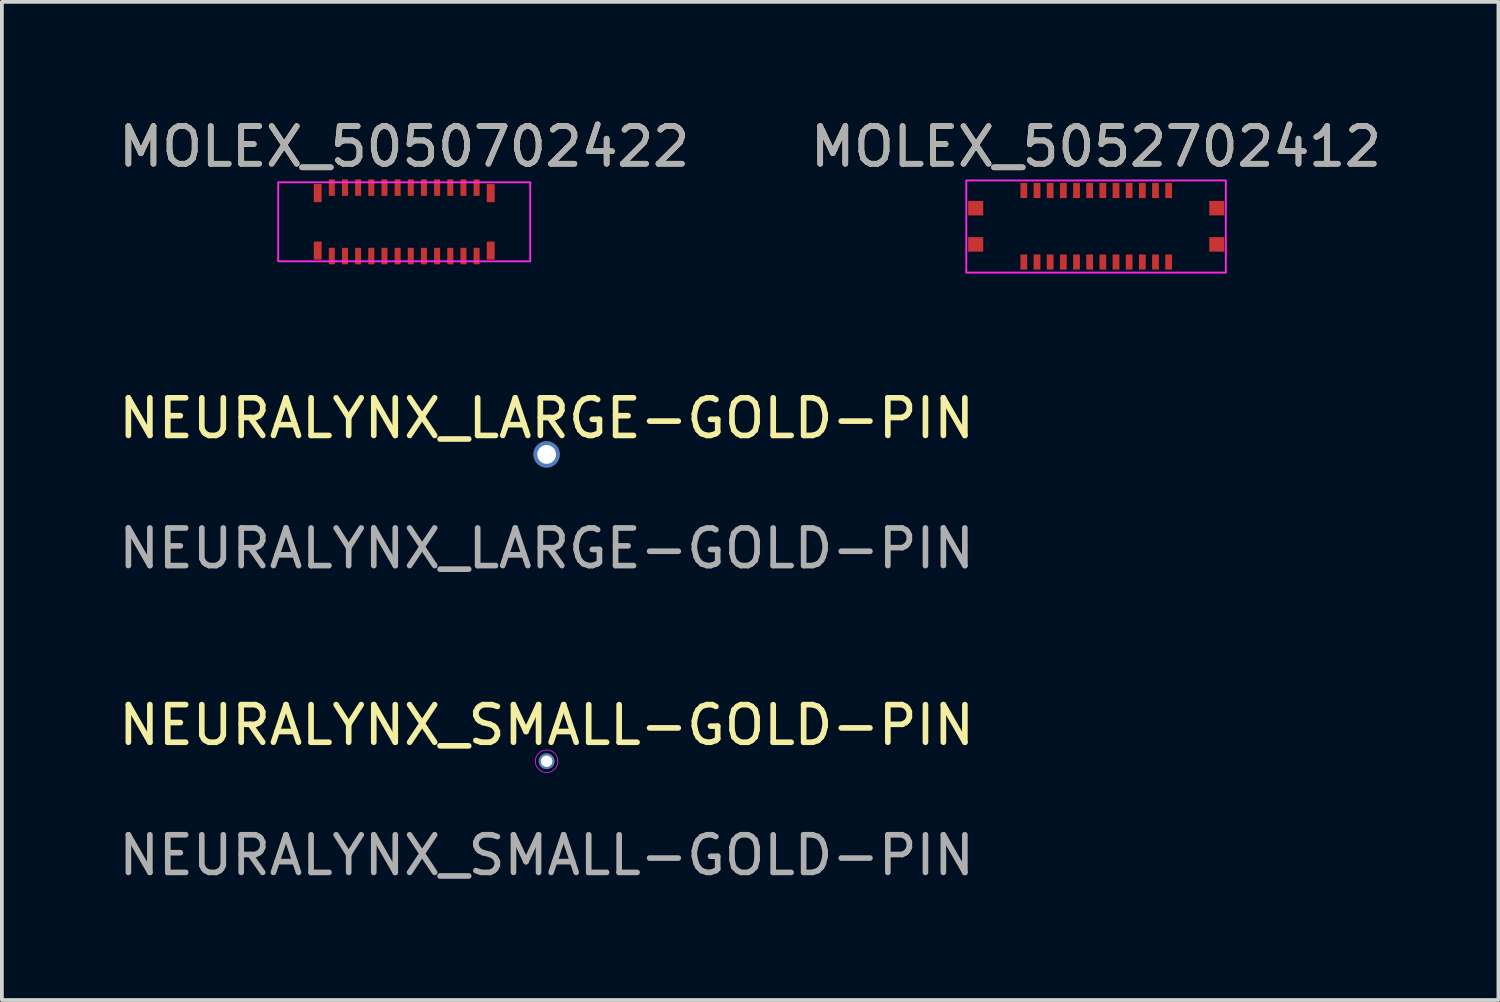
<source format=kicad_pcb>
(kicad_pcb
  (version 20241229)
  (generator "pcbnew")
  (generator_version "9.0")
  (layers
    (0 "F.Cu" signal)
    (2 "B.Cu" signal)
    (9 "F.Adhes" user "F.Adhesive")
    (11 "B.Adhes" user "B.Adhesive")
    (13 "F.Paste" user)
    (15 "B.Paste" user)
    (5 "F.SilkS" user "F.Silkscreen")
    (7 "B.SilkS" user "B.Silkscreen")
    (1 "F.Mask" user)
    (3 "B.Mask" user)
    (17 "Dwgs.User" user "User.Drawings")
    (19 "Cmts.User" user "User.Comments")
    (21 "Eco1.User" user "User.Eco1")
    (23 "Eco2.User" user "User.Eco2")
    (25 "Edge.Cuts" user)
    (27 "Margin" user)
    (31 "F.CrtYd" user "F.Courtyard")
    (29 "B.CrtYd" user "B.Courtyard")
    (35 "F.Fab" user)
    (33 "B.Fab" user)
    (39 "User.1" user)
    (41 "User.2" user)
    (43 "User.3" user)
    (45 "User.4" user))
  (footprint "MOLEX_5052702412"
    (layer "F.Cu")
    (at 26.094 2.966)
    (property "Reference" "MOLEX_5052702412" (at -0.005 -2.118 0) (unlocked yes) (layer "F.SilkS") (effects (font (size 1 1) (thickness 0.15))))
    (attr smd)
    (fp_rect (start -3.385 -0.657) (end -3.025 -0.307) (stroke (width 0) (type solid)) (fill yes) (layer "F.Mask"))
    (fp_rect (start -3.385 0.312) (end -3.025 0.652) (stroke (width 0) (type solid)) (fill yes) (layer "F.Mask"))
    (fp_rect (start -2.005 -1.13) (end -1.845 -0.77) (stroke (width 0) (type solid)) (fill yes) (layer "F.Mask"))
    (fp_rect (start -2.005 0.77) (end -1.845 1.13) (stroke (width 0) (type solid)) (fill yes) (layer "F.Mask"))
    (fp_rect (start -1.655 -1.13) (end -1.495 -0.77) (stroke (width 0) (type solid)) (fill yes) (layer "F.Mask"))
    (fp_rect (start -1.655 0.77) (end -1.495 1.13) (stroke (width 0) (type solid)) (fill yes) (layer "F.Mask"))
    (fp_rect (start -1.305 -1.13) (end -1.145 -0.77) (stroke (width 0) (type solid)) (fill yes) (layer "F.Mask"))
    (fp_rect (start -1.305 0.77) (end -1.145 1.13) (stroke (width 0) (type solid)) (fill yes) (layer "F.Mask"))
    (fp_rect (start -0.955 -1.13) (end -0.795 -0.77) (stroke (width 0) (type solid)) (fill yes) (layer "F.Mask"))
    (fp_rect (start -0.955 0.77) (end -0.795 1.13) (stroke (width 0) (type solid)) (fill yes) (layer "F.Mask"))
    (fp_rect (start -0.605 -1.13) (end -0.445 -0.77) (stroke (width 0) (type solid)) (fill yes) (layer "F.Mask"))
    (fp_rect (start -0.605 0.77) (end -0.445 1.13) (stroke (width 0) (type solid)) (fill yes) (layer "F.Mask"))
    (fp_rect (start -0.255 -1.13) (end -0.095 -0.77) (stroke (width 0) (type solid)) (fill yes) (layer "F.Mask"))
    (fp_rect (start -0.255 0.77) (end -0.095 1.13) (stroke (width 0) (type solid)) (fill yes) (layer "F.Mask"))
    (fp_rect (start 0.095 -1.13) (end 0.255 -0.77) (stroke (width 0) (type solid)) (fill yes) (layer "F.Mask"))
    (fp_rect (start 0.095 0.77) (end 0.255 1.13) (stroke (width 0) (type solid)) (fill yes) (layer "F.Mask"))
    (fp_rect (start 0.445 -1.13) (end 0.605 -0.77) (stroke (width 0) (type solid)) (fill yes) (layer "F.Mask"))
    (fp_rect (start 0.445 0.77) (end 0.605 1.13) (stroke (width 0) (type solid)) (fill yes) (layer "F.Mask"))
    (fp_rect (start 0.795 -1.13) (end 0.955 -0.77) (stroke (width 0) (type solid)) (fill yes) (layer "F.Mask"))
    (fp_rect (start 0.795 0.77) (end 0.955 1.13) (stroke (width 0) (type solid)) (fill yes) (layer "F.Mask"))
    (fp_rect (start 1.145 -1.13) (end 1.305 -0.77) (stroke (width 0) (type solid)) (fill yes) (layer "F.Mask"))
    (fp_rect (start 1.145 0.77) (end 1.305 1.13) (stroke (width 0) (type solid)) (fill yes) (layer "F.Mask"))
    (fp_rect (start 1.495 -1.13) (end 1.655 -0.77) (stroke (width 0) (type solid)) (fill yes) (layer "F.Mask"))
    (fp_rect (start 1.495 0.77) (end 1.655 1.13) (stroke (width 0) (type solid)) (fill yes) (layer "F.Mask"))
    (fp_rect (start 1.845 -1.13) (end 2.005 -0.77) (stroke (width 0) (type solid)) (fill yes) (layer "F.Mask"))
    (fp_rect (start 1.845 0.77) (end 2.005 1.13) (stroke (width 0) (type solid)) (fill yes) (layer "F.Mask"))
    (fp_rect (start 3.025 -0.657) (end 3.385 -0.307) (stroke (width 0) (type solid)) (fill yes) (layer "F.Mask"))
    (fp_rect (start 3.025 0.312) (end 3.385 0.652) (stroke (width 0) (type solid)) (fill yes) (layer "F.Mask"))
    (fp_rect (start -3.455 1.232) (end 3.445 -1.218) (stroke (width 0.05) (type solid)) (fill no) (layer "F.CrtYd"))
    (fp_text user "${REFERENCE}" (at -0.005 -2.118 0) (unlocked yes) (layer "F.Fab") (effects (font (size 1 1) (thickness 0.15))))
    (pad "1" smd rect (at -1.925 0.95) (size 0.18 0.4) (layers "F.Cu" "F.Paste"))
    (pad "2" smd rect (at -1.925 -0.95) (size 0.18 0.4) (layers "F.Cu" "F.Paste"))
    (pad "3" smd rect (at -1.575 0.95) (size 0.18 0.4) (layers "F.Cu" "F.Paste"))
    (pad "4" smd rect (at -1.575 -0.95) (size 0.18 0.4) (layers "F.Cu" "F.Paste"))
    (pad "5" smd rect (at -1.225 0.95) (size 0.18 0.4) (layers "F.Cu" "F.Paste"))
    (pad "6" smd rect (at -1.225 -0.95) (size 0.18 0.4) (layers "F.Cu" "F.Paste"))
    (pad "7" smd rect (at -0.875 0.95) (size 0.18 0.4) (layers "F.Cu" "F.Paste"))
    (pad "8" smd rect (at -0.875 -0.95) (size 0.18 0.4) (layers "F.Cu" "F.Paste"))
    (pad "9" smd rect (at -0.525 0.95) (size 0.18 0.4) (layers "F.Cu" "F.Paste"))
    (pad "10" smd rect (at -0.525 -0.95) (size 0.18 0.4) (layers "F.Cu" "F.Paste"))
    (pad "11" smd rect (at -0.175 0.95) (size 0.18 0.4) (layers "F.Cu" "F.Paste"))
    (pad "12" smd rect (at -0.175 -0.95) (size 0.18 0.4) (layers "F.Cu" "F.Paste"))
    (pad "13" smd rect (at 0.175 0.95) (size 0.18 0.4) (layers "F.Cu" "F.Paste"))
    (pad "14" smd rect (at 0.175 -0.95) (size 0.18 0.4) (layers "F.Cu" "F.Paste"))
    (pad "15" smd rect (at 0.525 0.95) (size 0.18 0.4) (layers "F.Cu" "F.Paste"))
    (pad "16" smd rect (at 0.525 -0.95) (size 0.18 0.4) (layers "F.Cu" "F.Paste"))
    (pad "17" smd rect (at 0.875 0.95) (size 0.18 0.4) (layers "F.Cu" "F.Paste"))
    (pad "18" smd rect (at 0.875 -0.95) (size 0.18 0.4) (layers "F.Cu" "F.Paste"))
    (pad "19" smd rect (at 1.225 0.95) (size 0.18 0.4) (layers "F.Cu" "F.Paste"))
    (pad "20" smd rect (at 1.225 -0.95) (size 0.18 0.4) (layers "F.Cu" "F.Paste"))
    (pad "21" smd rect (at 1.575 0.95) (size 0.18 0.4) (layers "F.Cu" "F.Paste"))
    (pad "22" smd rect (at 1.575 -0.95) (size 0.18 0.4) (layers "F.Cu" "F.Paste"))
    (pad "23" smd rect (at 1.925 0.95) (size 0.18 0.4) (layers "F.Cu" "F.Paste"))
    (pad "24" smd rect (at 1.925 -0.95) (size 0.18 0.4) (layers "F.Cu" "F.Paste"))
    (pad "MP1" smd rect (at -3.205 0.482) (size 0.4 0.385) (layers "F.Cu" "F.Paste"))
    (pad "MP2" smd rect (at -3.205 -0.482) (size 0.4 0.385) (layers "F.Cu" "F.Paste"))
    (pad "MP3" smd rect (at 3.205 0.482) (size 0.4 0.385) (layers "F.Cu" "F.Paste"))
    (pad "MP4" smd rect (at 3.205 -0.482) (size 0.4 0.385) (layers "F.Cu" "F.Paste"))
    (zone (net_name "") (layer "F.Cu") (hatch edge 0.508) (connect_pads) (min_thickness 0.254) (filled_areas_thickness no) (keepout (tracks not_allowed) (vias not_allowed) (pads not_allowed) (copperpour allowed) (footprints allowed)) (placement (enabled no)) (fill) (polygon (pts (xy 28.309 2.848) (xy 23.879 2.848) (xy 23.879 2.216) (xy 28.309 2.216))))
    (zone (net_name "") (layer "F.Cu") (hatch edge 0.508) (connect_pads) (min_thickness 0.254) (filled_areas_thickness no) (keepout (tracks not_allowed) (vias not_allowed) (pads not_allowed) (copperpour allowed) (footprints allowed)) (placement (enabled no)) (fill) (polygon (pts (xy 28.309 3.716) (xy 23.879 3.716) (xy 23.879 3.098) (xy 28.309 3.098)))))
  (footprint "NEURALYNX_SMALL-GOLD-PIN"
    (layer "F.Cu")
    (at 11.482 17.188)
    (property "Reference" "NEURALYNX_SMALL-GOLD-PIN" (at 0 -0.96 0) (unlocked yes) (layer "F.SilkS") (effects (font (size 1 1) (thickness 0.15))))
    (attr through_hole)
    (fp_circle (center 0 0) (end 0.3 0) (stroke (width 0.02) (type solid)) (fill no) (layer "F.CrtYd"))
    (fp_text user "${REFERENCE}" (at 0 2.5 0) (unlocked yes) (layer "F.Fab") (effects (font (size 1 1) (thickness 0.15))))
    (pad "1" thru_hole circle (at 0 0) (size 0.42 0.42) (drill 0.305) (layers "*.Cu" "*.Mask")))
  (footprint "NEURALYNX_LARGE-GOLD-PIN"
    (layer "F.Cu")
    (at 11.482 9.031)
    (property "Reference" "NEURALYNX_LARGE-GOLD-PIN" (at 0 -0.96 0) (unlocked yes) (layer "F.SilkS") (effects (font (size 1 1) (thickness 0.15))))
    (attr through_hole)
    (fp_text user "${REFERENCE}" (at 0 2.5 0) (unlocked yes) (layer "F.Fab") (effects (font (size 1 1) (thickness 0.15))))
    (pad "1" thru_hole circle (at 0 0) (size 0.7 0.7) (drill 0.5) (layers "*.Cu" "*.Mask")))
  (footprint "MOLEX_5050702422"
    (layer "F.Cu")
    (at 7.696 2.848)
    (property "Reference" "MOLEX_5050702422" (at 0 -2 0) (unlocked yes) (layer "F.SilkS") (effects (font (size 1 1) (thickness 0.15))))
    (attr smd)
    (fp_rect (start -3.35 -1.05) (end 3.35 1.05) (stroke (width 0.05) (type solid)) (fill no) (layer "F.CrtYd"))
    (fp_text user "${REFERENCE}" (at 0 -2 0) (unlocked yes) (layer "F.Fab") (effects (font (size 1 1) (thickness 0.15))))
    (pad "1" smd roundrect (at -1.925 0.91) (size 0.16 0.44) (layers "F.Cu" "F.Mask" "F.Paste") (roundrect_rratio 0.05))
    (pad "2" smd roundrect (at -1.925 -0.91) (size 0.16 0.44) (layers "F.Cu" "F.Mask" "F.Paste") (roundrect_rratio 0.05))
    (pad "3" smd roundrect (at -1.575 0.91) (size 0.16 0.44) (layers "F.Cu" "F.Mask" "F.Paste") (roundrect_rratio 0.05))
    (pad "4" smd roundrect (at -1.575 -0.91) (size 0.16 0.44) (layers "F.Cu" "F.Mask" "F.Paste") (roundrect_rratio 0.05))
    (pad "5" smd roundrect (at -1.225 0.91) (size 0.16 0.44) (layers "F.Cu" "F.Mask" "F.Paste") (roundrect_rratio 0.05))
    (pad "6" smd roundrect (at -1.225 -0.91) (size 0.16 0.44) (layers "F.Cu" "F.Mask" "F.Paste") (roundrect_rratio 0.05))
    (pad "7" smd roundrect (at -0.875 0.91) (size 0.16 0.44) (layers "F.Cu" "F.Mask" "F.Paste") (roundrect_rratio 0.05))
    (pad "8" smd roundrect (at -0.875 -0.91) (size 0.16 0.44) (layers "F.Cu" "F.Mask" "F.Paste") (roundrect_rratio 0.05))
    (pad "9" smd roundrect (at -0.525 0.91) (size 0.16 0.44) (layers "F.Cu" "F.Mask" "F.Paste") (roundrect_rratio 0.05))
    (pad "10" smd roundrect (at -0.525 -0.91) (size 0.16 0.44) (layers "F.Cu" "F.Mask" "F.Paste") (roundrect_rratio 0.05))
    (pad "11" smd roundrect (at -0.175 0.91) (size 0.16 0.44) (layers "F.Cu" "F.Mask" "F.Paste") (roundrect_rratio 0.05))
    (pad "12" smd roundrect (at -0.175 -0.91) (size 0.16 0.44) (layers "F.Cu" "F.Mask" "F.Paste") (roundrect_rratio 0.05))
    (pad "13" smd roundrect (at 0.175 0.91) (size 0.16 0.44) (layers "F.Cu" "F.Mask" "F.Paste") (roundrect_rratio 0.05))
    (pad "14" smd roundrect (at 0.175 -0.91) (size 0.16 0.44) (layers "F.Cu" "F.Mask" "F.Paste") (roundrect_rratio 0.05))
    (pad "15" smd roundrect (at 0.525 0.91) (size 0.16 0.44) (layers "F.Cu" "F.Mask" "F.Paste") (roundrect_rratio 0.05))
    (pad "16" smd roundrect (at 0.525 -0.91) (size 0.16 0.44) (layers "F.Cu" "F.Mask" "F.Paste") (roundrect_rratio 0.05))
    (pad "17" smd roundrect (at 0.875 0.91) (size 0.16 0.44) (layers "F.Cu" "F.Mask" "F.Paste") (roundrect_rratio 0.05))
    (pad "18" smd roundrect (at 0.875 -0.91) (size 0.16 0.44) (layers "F.Cu" "F.Mask" "F.Paste") (roundrect_rratio 0.05))
    (pad "19" smd roundrect (at 1.225 0.91) (size 0.16 0.44) (layers "F.Cu" "F.Mask" "F.Paste") (roundrect_rratio 0.05))
    (pad "20" smd roundrect (at 1.225 -0.91) (size 0.16 0.44) (layers "F.Cu" "F.Mask" "F.Paste") (roundrect_rratio 0.05))
    (pad "21" smd roundrect (at 1.575 0.91) (size 0.16 0.44) (layers "F.Cu" "F.Mask" "F.Paste") (roundrect_rratio 0.05))
    (pad "22" smd roundrect (at 1.575 -0.91) (size 0.16 0.44) (layers "F.Cu" "F.Mask" "F.Paste") (roundrect_rratio 0.05))
    (pad "23" smd roundrect (at 1.925 0.91) (size 0.16 0.44) (layers "F.Cu" "F.Mask" "F.Paste") (roundrect_rratio 0.05))
    (pad "24" smd roundrect (at 1.925 -0.91) (size 0.16 0.44) (layers "F.Cu" "F.Mask" "F.Paste") (roundrect_rratio 0.05))
    (pad "MP1" smd roundrect (at -2.3 0.765) (size 0.21 0.48) (layers "F.Cu" "F.Mask" "F.Paste") (roundrect_rratio 0.05))
    (pad "MP2" smd roundrect (at -2.3 -0.765) (size 0.21 0.48) (layers "F.Cu" "F.Mask" "F.Paste") (roundrect_rratio 0.05))
    (pad "MP3" smd roundrect (at 2.3 0.765) (size 0.21 0.48) (layers "F.Cu" "F.Mask" "F.Paste") (roundrect_rratio 0.05))
    (pad "MP4" smd roundrect (at 2.3 -0.765) (size 0.21 0.48) (layers "F.Cu" "F.Mask" "F.Paste") (roundrect_rratio 0.05)))
  (gr_rect
    (start -3 -3)
    (end 36.786 23.536)
    (stroke (width 0.1) (type default))
    (fill no)
    (layer "Edge.Cuts")))
</source>
